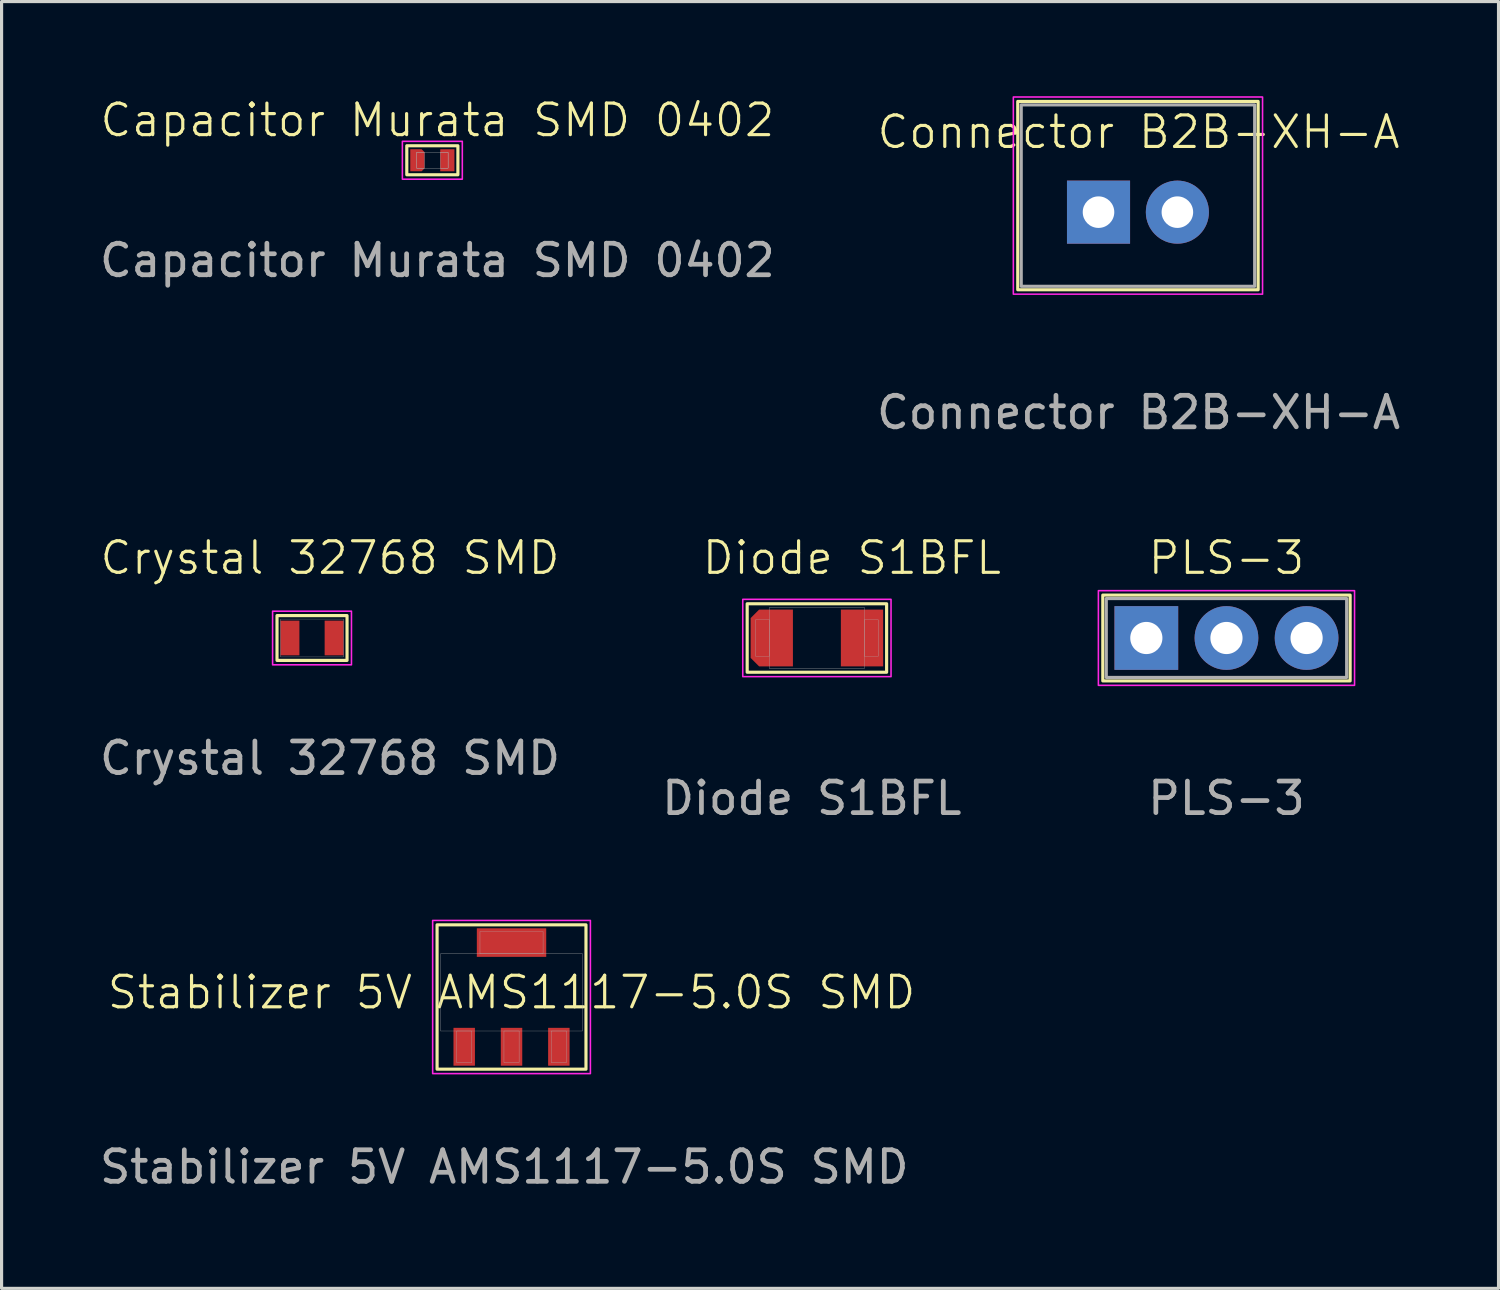
<source format=kicad_pcb>
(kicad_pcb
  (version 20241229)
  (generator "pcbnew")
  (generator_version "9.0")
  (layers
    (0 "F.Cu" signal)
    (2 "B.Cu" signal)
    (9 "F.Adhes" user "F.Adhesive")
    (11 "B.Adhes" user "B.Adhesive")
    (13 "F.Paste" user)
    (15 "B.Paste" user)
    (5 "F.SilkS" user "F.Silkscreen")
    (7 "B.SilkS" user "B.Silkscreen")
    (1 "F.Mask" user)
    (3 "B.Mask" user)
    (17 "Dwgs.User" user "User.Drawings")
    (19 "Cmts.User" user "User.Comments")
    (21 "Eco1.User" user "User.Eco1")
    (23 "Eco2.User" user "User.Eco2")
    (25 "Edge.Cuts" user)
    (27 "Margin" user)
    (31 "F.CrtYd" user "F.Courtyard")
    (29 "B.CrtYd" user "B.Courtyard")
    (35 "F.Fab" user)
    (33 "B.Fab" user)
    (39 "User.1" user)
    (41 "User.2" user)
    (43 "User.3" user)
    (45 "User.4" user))
  (footprint "PLS-3"
    (layer "F.Cu")
    (at 33.288 17.174)
    (property "Reference" "PLS-3" (at 2.54 -2.54 0) (unlocked yes) (layer "F.SilkS") (effects (font (size 1 1) (thickness 0.1))))
    (attr through_hole)
    (fp_rect (start -1.38 -1.36) (end 6.46 1.36) (stroke (width 0.1) (type solid)) (fill no) (layer "F.SilkS"))
    (fp_rect (start -1.52 -1.5) (end 6.6 1.5) (stroke (width 0.05) (type solid)) (fill no) (layer "F.CrtYd"))
    (fp_rect (start -1.27 -1.25) (end 6.35 1.25) (stroke (width 0.1) (type solid)) (fill no) (layer "F.Fab"))
    (fp_text user "${REFERENCE}" (at 2.54 5.08 0) (unlocked yes) (layer "F.Fab") (effects (font (size 1 1) (thickness 0.15))))
    (pad "A" thru_hole circle (at 5.08 0) (size 2.02 2.02) (drill 1.02) (layers "*.Cu" "*.Mask"))
    (pad "GND" thru_hole rect (at 0 0) (size 2.02 2.02) (drill 1.02) (layers "*.Cu" "*.Mask"))
    (pad "Vin" thru_hole circle (at 2.54 0) (size 2.02 2.02) (drill 1.02) (layers "*.Cu" "*.Mask")))
  (footprint "Stabilizer 5V AMS1117-5.0S SMD"
    (layer "F.Cu")
    (at 11.665 30.132)
    (property "Reference" "Stabilizer 5V AMS1117-5.0S SMD" (at 1.5 -1.725 0) (unlocked yes) (layer "F.SilkS") (effects (font (size 1 1) (thickness 0.1))))
    (attr smd)
    (fp_rect (start -0.86 -3.865) (end 3.86 0.71) (stroke (width 0.1) (type solid)) (fill no) (layer "F.SilkS"))
    (fp_rect (start -1 -4.005) (end 4 0.85) (stroke (width 0.05) (type solid)) (fill no) (layer "F.CrtYd"))
    (fp_rect (start -0.75 -2.95) (end 3.75 -0.5) (stroke (width 0.01) (type solid)) (fill no) (layer "F.Fab"))
    (fp_rect (start -0.24 -0.5) (end 0.24 0.5) (stroke (width 0.01) (type solid)) (fill no) (layer "F.Fab"))
    (fp_rect (start 0.5 -3.655) (end 2.5 -2.95) (stroke (width 0.01) (type solid)) (fill no) (layer "F.Fab"))
    (fp_rect (start 1.26 -0.5) (end 1.74 0.5) (stroke (width 0.01) (type solid)) (fill no) (layer "F.Fab"))
    (fp_rect (start 2.76 -0.5) (end 3.24 0.5) (stroke (width 0.01) (type solid)) (fill no) (layer "F.Fab"))
    (fp_text user "${REFERENCE}" (at 1.27 3.81 0) (unlocked yes) (layer "F.Fab") (effects (font (size 1 1) (thickness 0.15))))
    (pad "GND" smd rect (at 0 0) (size 0.68 1.2) (layers "F.Cu" "F.Mask" "F.Paste"))
    (pad "Temp" smd rect (at 1.5 -3.303) (size 2.2 0.905) (layers "F.Cu" "F.Mask" "F.Paste"))
    (pad "Vin" smd rect (at 3 0) (size 0.68 1.2) (layers "F.Cu" "F.Mask" "F.Paste"))
    (pad "Vout" smd rect (at 1.5 0) (size 0.68 1.2) (layers "F.Cu" "F.Mask" "F.Paste")))
  (footprint "Crystal 32768 SMD"
    (layer "F.Cu")
    (at 6.141 17.174)
    (property "Reference" "Crystal 32768 SMD" (at 1.27 -2.54 0) (unlocked yes) (layer "F.SilkS") (effects (font (size 1 1) (thickness 0.1))))
    (attr smd)
    (fp_rect (start -0.41 -0.71) (end 1.81 0.71) (stroke (width 0.1) (type solid)) (fill no) (layer "F.SilkS"))
    (fp_rect (start -0.55 -0.85) (end 1.95 0.85) (stroke (width 0.05) (type solid)) (fill no) (layer "F.CrtYd"))
    (fp_rect (start -0.3 -0.6) (end 1.7 0.6) (stroke (width 0.01) (type solid)) (fill no) (layer "F.Fab"))
    (fp_text user "${REFERENCE}" (at 1.27 3.81 0) (unlocked yes) (layer "F.Fab") (effects (font (size 1 1) (thickness 0.15))))
    (pad "1" smd rect (at 0 0) (size 0.6 1.1) (layers "F.Cu" "F.Mask" "F.Paste"))
    (pad "2" smd rect (at 1.4 0) (size 0.6 1.1) (layers "F.Cu" "F.Mask" "F.Paste")))
  (footprint "Capacitor Murata SMD 0402"
    (layer "F.Cu")
    (at 10.18 2.03)
    (property "Reference" "Capacitor Murata SMD 0402" (at 0.635 -1.27 0) (unlocked yes) (layer "F.SilkS") (effects (font (size 1 1) (thickness 0.1))))
    (attr smd)
    (fp_rect (start -0.335 -0.46) (end 1.285 0.46) (stroke (width 0.1) (type solid)) (fill no) (layer "F.SilkS"))
    (fp_rect (start -0.475 -0.6) (end 1.425 0.6) (stroke (width 0.05) (type solid)) (fill no) (layer "F.CrtYd"))
    (fp_rect (start -0.025 -0.25) (end 0.225 0.25) (stroke (width 0.01) (type solid)) (fill no) (layer "F.Fab"))
    (fp_rect (start -0.025 -0.25) (end 0.975 0.25) (stroke (width 0.01) (type solid)) (fill no) (layer "F.Fab"))
    (fp_rect (start 0.725 -0.25) (end 0.975 0.25) (stroke (width 0.01) (type solid)) (fill no) (layer "F.Fab"))
    (fp_text user "${REFERENCE}" (at 0.635 3.175 0) (unlocked yes) (layer "F.Fab") (effects (font (size 1 1) (thickness 0.15))))
    (pad "GND" smd rect (at 0.95 0) (size 0.45 0.7) (layers "F.Cu" "F.Mask" "F.Paste"))
    (pad "Vin" smd roundrect (at 0 0) (size 0.45 0.7) (layers "F.Cu" "F.Mask" "F.Paste") (roundrect_rratio 0) (chamfer_ratio 0.2) (chamfer top_right bottom_right)))
  (footprint "Connector B2B-XH-A"
    (layer "F.Cu")
    (at 31.772 3.675)
    (property "Reference" "Connector B2B-XH-A" (at 1.27 -2.54 0) (unlocked yes) (layer "F.SilkS") (effects (font (size 1 1) (thickness 0.1))))
    (attr through_hole)
    (fp_rect (start -2.56 2.46) (end 5.06 -3.51) (stroke (width 0.1) (type solid)) (fill no) (layer "F.SilkS"))
    (fp_rect (start -2.7 2.6) (end 5.2 -3.65) (stroke (width 0.05) (type solid)) (fill no) (layer "F.CrtYd"))
    (fp_rect (start -2.45 2.35) (end 4.95 -3.4) (stroke (width 0.1) (type default)) (fill no) (layer "F.Fab"))
    (fp_text user "${REFERENCE}" (at 1.27 6.35 0) (unlocked yes) (layer "F.Fab") (effects (font (size 1 1) (thickness 0.15))))
    (pad "GND" thru_hole circle (at 2.5 0) (size 2 2) (drill 1) (layers "*.Cu" "*.Mask"))
    (pad "Vin" thru_hole rect (at 0 0) (size 2 2) (drill 1) (layers "*.Cu" "*.Mask")))
  (footprint "Diode S1BFL"
    (layer "F.Cu")
    (at 21.415 17.174)
    (property "Reference" "Diode S1BFL" (at 2.54 -2.54 0) (unlocked yes) (layer "F.SilkS") (effects (font (size 1 1) (thickness 0.1))))
    (attr smd)
    (fp_rect (start -0.78 -1.085) (end 3.64 1.085) (stroke (width 0.1) (type default)) (fill no) (layer "F.SilkS"))
    (fp_rect (start -0.92 -1.225) (end 3.78 1.225) (stroke (width 0.05) (type default)) (fill no) (layer "F.CrtYd"))
    (fp_rect (start -0.52 -0.575) (end -0.07 0.575) (stroke (width 0.01) (type solid)) (fill no) (layer "F.Fab"))
    (fp_rect (start -0.07 -0.975) (end 2.93 0.975) (stroke (width 0.01) (type solid)) (fill no) (layer "F.Fab"))
    (fp_rect (start 2.93 -0.575) (end 3.38 0.575) (stroke (width 0.01) (type solid)) (fill no) (layer "F.Fab"))
    (fp_text user "${REFERENCE}" (at 1.27 5.08 0) (unlocked yes) (layer "F.Fab") (effects (font (size 1 1) (thickness 0.15))))
    (pad "GND" smd rect (at 2.86 0) (size 1.34 1.8) (layers "F.Cu" "F.Mask" "F.Paste"))
    (pad "VCC" smd roundrect (at 0 0) (size 1.34 1.8) (layers "F.Cu" "F.Mask" "F.Paste") (roundrect_rratio 0) (chamfer_ratio 0.2) (chamfer top_left bottom_left)))
  (gr_rect
    (start -3 -3)
    (end 44.452 37.79)
    (stroke (width 0.1) (type default))
    (fill no)
    (layer "Edge.Cuts")))
</source>
